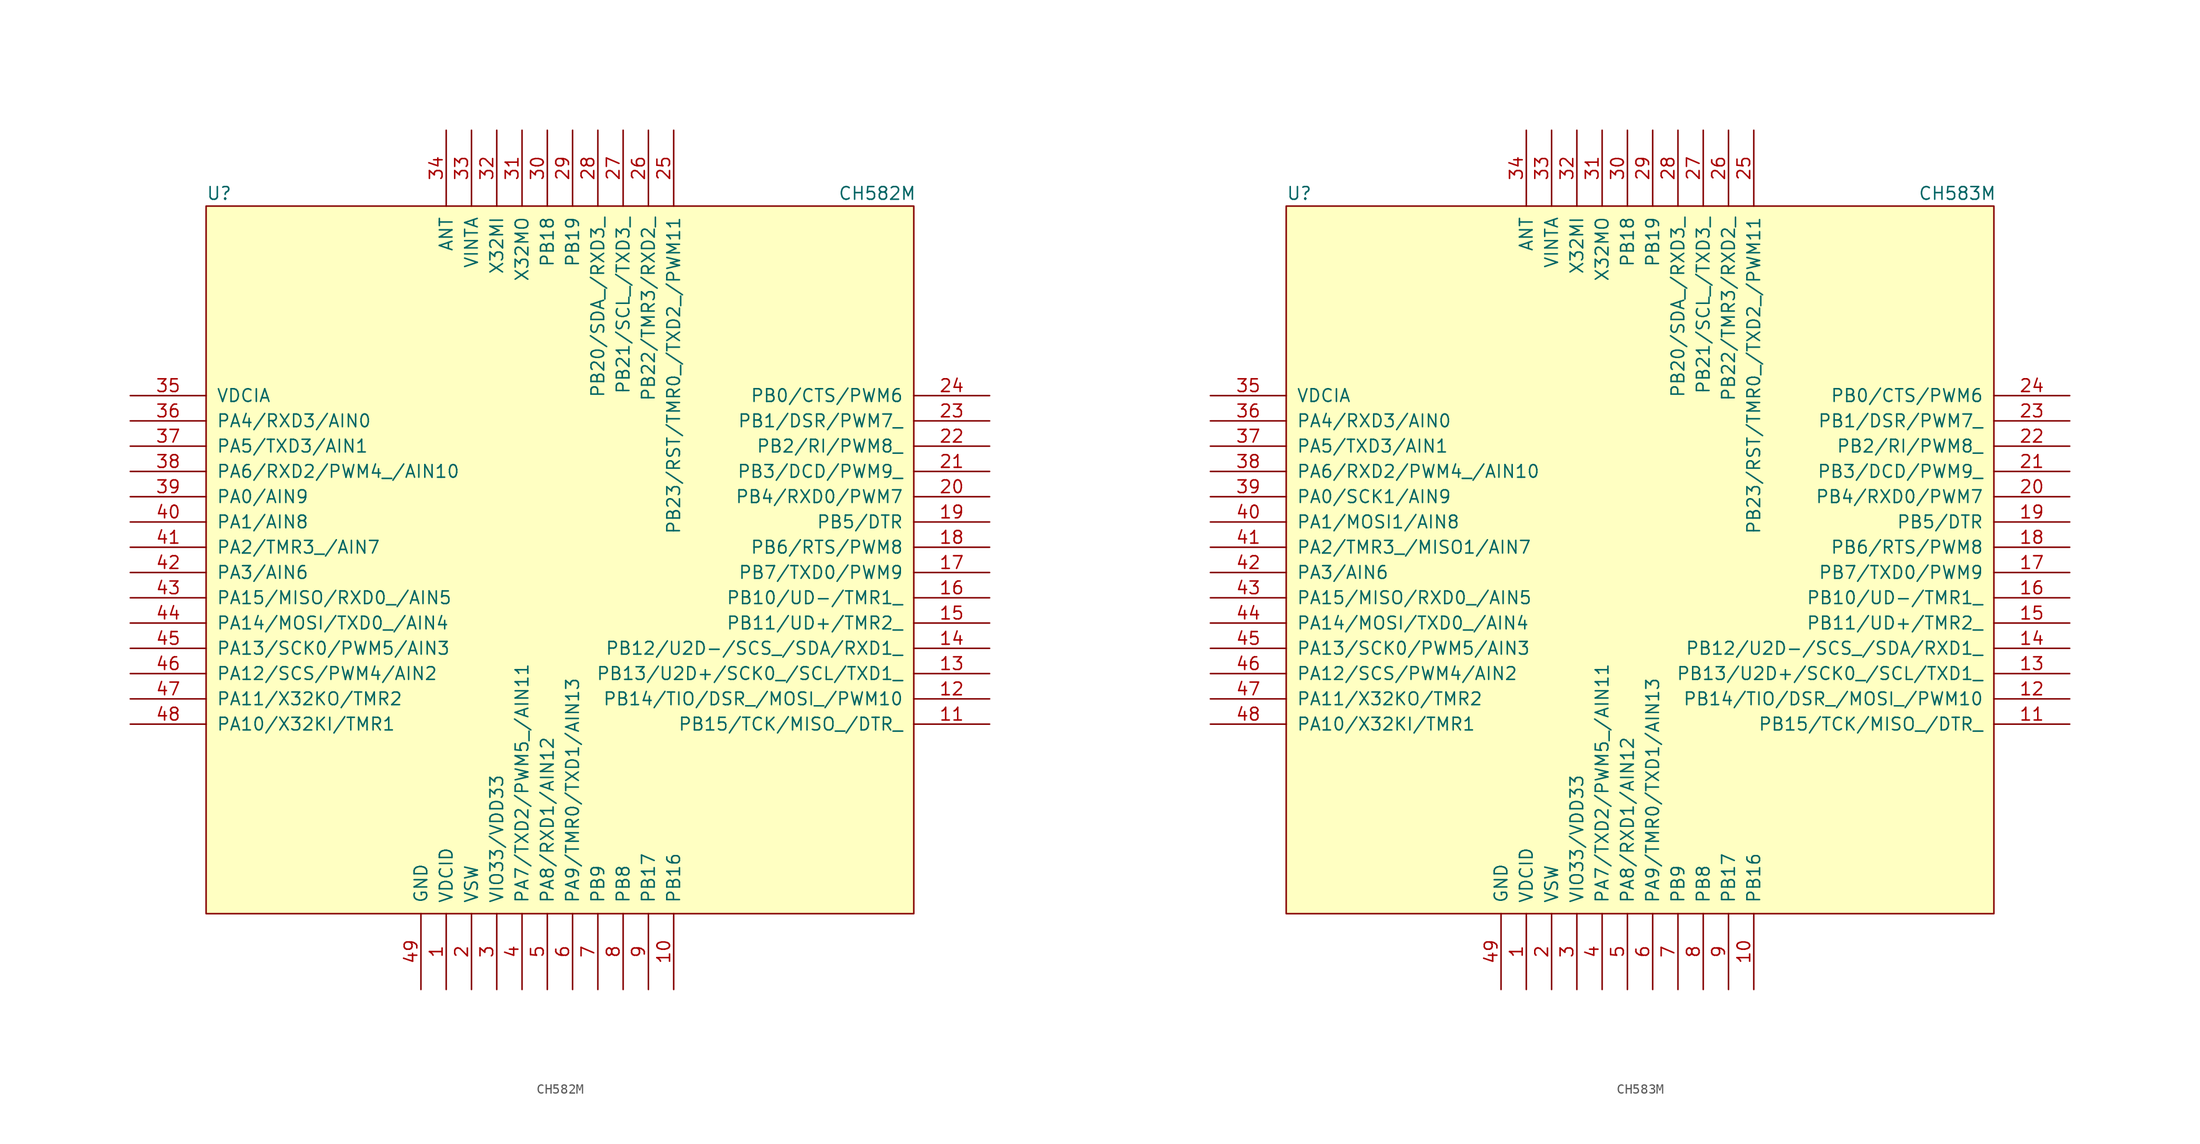
<source format=kicad_sym>
(kicad_symbol_lib
  (version 20241209)
  (generator "kicad_symbol_editor")
  (generator_version "9.0")
  (symbol "CH582M"
    (pin_names
      (offset 1.016))
    (property "Reference" "U"
      (at -35.56 36.83 0)
      (effects (font (size 1.27 1.27)) (justify left)))
    (property "Value" "CH582M"
      (at 27.94 36.83 0)
      (effects (font (size 1.27 1.27)) (justify left)))
    (symbol "CH582M_0_1"
      (rectangle (start -35.56 35.56) (end 35.56 -35.56) (stroke (width 0) (type default)) (fill (type background))))
    (symbol "CH582M_1_1"
      (pin power_in line (at -43.18 16.51 0) (length 7.62) (name "VDCIA" (effects (font (size 1.27 1.27)))) (number "35" (effects (font (size 1.27 1.27)))))
      (pin bidirectional line (at -43.18 13.97 0) (length 7.62) (name "PA4/RXD3/AIN0" (effects (font (size 1.27 1.27)))) (number "36" (effects (font (size 1.27 1.27)))))
      (pin bidirectional line (at -43.18 11.43 0) (length 7.62) (name "PA5/TXD3/AIN1" (effects (font (size 1.27 1.27)))) (number "37" (effects (font (size 1.27 1.27)))))
      (pin bidirectional line (at -43.18 8.89 0) (length 7.62) (name "PA6/RXD2/PWM4_/AIN10" (effects (font (size 1.27 1.27)))) (number "38" (effects (font (size 1.27 1.27)))))
      (pin bidirectional line (at -43.18 6.35 0) (length 7.62) (name "PA0/AIN9" (effects (font (size 1.27 1.27)))) (number "39" (effects (font (size 1.27 1.27)))))
      (pin bidirectional line (at -43.18 3.81 0) (length 7.62) (name "PA1/AIN8" (effects (font (size 1.27 1.27)))) (number "40" (effects (font (size 1.27 1.27)))))
      (pin bidirectional line (at -43.18 1.27 0) (length 7.62) (name "PA2/TMR3_/AIN7" (effects (font (size 1.27 1.27)))) (number "41" (effects (font (size 1.27 1.27)))))
      (pin bidirectional line (at -43.18 -1.27 0) (length 7.62) (name "PA3/AIN6" (effects (font (size 1.27 1.27)))) (number "42" (effects (font (size 1.27 1.27)))))
      (pin bidirectional line (at -43.18 -3.81 0) (length 7.62) (name "PA15/MISO/RXD0_/AIN5" (effects (font (size 1.27 1.27)))) (number "43" (effects (font (size 1.27 1.27)))))
      (pin bidirectional line (at -43.18 -6.35 0) (length 7.62) (name "PA14/MOSI/TXD0_/AIN4" (effects (font (size 1.27 1.27)))) (number "44" (effects (font (size 1.27 1.27)))))
      (pin bidirectional line (at -43.18 -8.89 0) (length 7.62) (name "PA13/SCK0/PWM5/AIN3" (effects (font (size 1.27 1.27)))) (number "45" (effects (font (size 1.27 1.27)))))
      (pin bidirectional line (at -43.18 -11.43 0) (length 7.62) (name "PA12/SCS/PWM4/AIN2" (effects (font (size 1.27 1.27)))) (number "46" (effects (font (size 1.27 1.27)))))
      (pin bidirectional line (at -43.18 -13.97 0) (length 7.62) (name "PA11/X32KO/TMR2" (effects (font (size 1.27 1.27)))) (number "47" (effects (font (size 1.27 1.27)))))
      (pin bidirectional line (at -43.18 -16.51 0) (length 7.62) (name "PA10/X32KI/TMR1" (effects (font (size 1.27 1.27)))) (number "48" (effects (font (size 1.27 1.27)))))
      (pin power_in line (at -13.97 -43.18 90) (length 7.62) (name "GND" (effects (font (size 1.27 1.27)))) (number "49" (effects (font (size 1.27 1.27)))))
      (pin bidirectional line (at -11.43 43.18 270) (length 7.62) (name "ANT" (effects (font (size 1.27 1.27)))) (number "34" (effects (font (size 1.27 1.27)))))
      (pin power_in line (at -11.43 -43.18 90) (length 7.62) (name "VDCID" (effects (font (size 1.27 1.27)))) (number "1" (effects (font (size 1.27 1.27)))))
      (pin power_in line (at -8.89 43.18 270) (length 7.62) (name "VINTA" (effects (font (size 1.27 1.27)))) (number "33" (effects (font (size 1.27 1.27)))))
      (pin power_in line (at -8.89 -43.18 90) (length 7.62) (name "VSW" (effects (font (size 1.27 1.27)))) (number "2" (effects (font (size 1.27 1.27)))))
      (pin input line (at -6.35 43.18 270) (length 7.62) (name "X32MI" (effects (font (size 1.27 1.27)))) (number "32" (effects (font (size 1.27 1.27)))))
      (pin power_in line (at -6.35 -43.18 90) (length 7.62) (name "VIO33/VDD33" (effects (font (size 1.27 1.27)))) (number "3" (effects (font (size 1.27 1.27)))))
      (pin output line (at -3.81 43.18 270) (length 7.62) (name "X32MO" (effects (font (size 1.27 1.27)))) (number "31" (effects (font (size 1.27 1.27)))))
      (pin bidirectional line (at -3.81 -43.18 90) (length 7.62) (name "PA7/TXD2/PWM5_/AIN11" (effects (font (size 1.27 1.27)))) (number "4" (effects (font (size 1.27 1.27)))))
      (pin bidirectional line (at -1.27 43.18 270) (length 7.62) (name "PB18" (effects (font (size 1.27 1.27)))) (number "30" (effects (font (size 1.27 1.27)))))
      (pin bidirectional line (at -1.27 -43.18 90) (length 7.62) (name "PA8/RXD1/AIN12" (effects (font (size 1.27 1.27)))) (number "5" (effects (font (size 1.27 1.27)))))
      (pin bidirectional line (at 1.27 43.18 270) (length 7.62) (name "PB19" (effects (font (size 1.27 1.27)))) (number "29" (effects (font (size 1.27 1.27)))))
      (pin bidirectional line (at 1.27 -43.18 90) (length 7.62) (name "PA9/TMR0/TXD1/AIN13" (effects (font (size 1.27 1.27)))) (number "6" (effects (font (size 1.27 1.27)))))
      (pin bidirectional line (at 3.81 43.18 270) (length 7.62) (name "PB20/SDA_/RXD3_" (effects (font (size 1.27 1.27)))) (number "28" (effects (font (size 1.27 1.27)))))
      (pin bidirectional line (at 3.81 -43.18 90) (length 7.62) (name "PB9" (effects (font (size 1.27 1.27)))) (number "7" (effects (font (size 1.27 1.27)))))
      (pin bidirectional line (at 6.35 43.18 270) (length 7.62) (name "PB21/SCL_/TXD3_" (effects (font (size 1.27 1.27)))) (number "27" (effects (font (size 1.27 1.27)))))
      (pin bidirectional line (at 6.35 -43.18 90) (length 7.62) (name "PB8" (effects (font (size 1.27 1.27)))) (number "8" (effects (font (size 1.27 1.27)))))
      (pin bidirectional line (at 8.89 43.18 270) (length 7.62) (name "PB22/TMR3/RXD2_" (effects (font (size 1.27 1.27)))) (number "26" (effects (font (size 1.27 1.27)))))
      (pin bidirectional line (at 8.89 -43.18 90) (length 7.62) (name "PB17" (effects (font (size 1.27 1.27)))) (number "9" (effects (font (size 1.27 1.27)))))
      (pin bidirectional line (at 11.43 43.18 270) (length 7.62) (name "PB23/RST/TMR0_/TXD2_/PWM11" (effects (font (size 1.27 1.27)))) (number "25" (effects (font (size 1.27 1.27)))))
      (pin bidirectional line (at 11.43 -43.18 90) (length 7.62) (name "PB16" (effects (font (size 1.27 1.27)))) (number "10" (effects (font (size 1.27 1.27)))))
      (pin bidirectional line (at 43.18 16.51 180) (length 7.62) (name "PB0/CTS/PWM6" (effects (font (size 1.27 1.27)))) (number "24" (effects (font (size 1.27 1.27)))))
      (pin bidirectional line (at 43.18 13.97 180) (length 7.62) (name "PB1/DSR/PWM7_" (effects (font (size 1.27 1.27)))) (number "23" (effects (font (size 1.27 1.27)))))
      (pin bidirectional line (at 43.18 11.43 180) (length 7.62) (name "PB2/RI/PWM8_" (effects (font (size 1.27 1.27)))) (number "22" (effects (font (size 1.27 1.27)))))
      (pin bidirectional line (at 43.18 8.89 180) (length 7.62) (name "PB3/DCD/PWM9_" (effects (font (size 1.27 1.27)))) (number "21" (effects (font (size 1.27 1.27)))))
      (pin bidirectional line (at 43.18 6.35 180) (length 7.62) (name "PB4/RXD0/PWM7" (effects (font (size 1.27 1.27)))) (number "20" (effects (font (size 1.27 1.27)))))
      (pin bidirectional line (at 43.18 3.81 180) (length 7.62) (name "PB5/DTR" (effects (font (size 1.27 1.27)))) (number "19" (effects (font (size 1.27 1.27)))))
      (pin bidirectional line (at 43.18 1.27 180) (length 7.62) (name "PB6/RTS/PWM8" (effects (font (size 1.27 1.27)))) (number "18" (effects (font (size 1.27 1.27)))))
      (pin bidirectional line (at 43.18 -1.27 180) (length 7.62) (name "PB7/TXD0/PWM9" (effects (font (size 1.27 1.27)))) (number "17" (effects (font (size 1.27 1.27)))))
      (pin bidirectional line (at 43.18 -3.81 180) (length 7.62) (name "PB10/UD-/TMR1_" (effects (font (size 1.27 1.27)))) (number "16" (effects (font (size 1.27 1.27)))))
      (pin bidirectional line (at 43.18 -6.35 180) (length 7.62) (name "PB11/UD+/TMR2_" (effects (font (size 1.27 1.27)))) (number "15" (effects (font (size 1.27 1.27)))))
      (pin bidirectional line (at 43.18 -8.89 180) (length 7.62) (name "PB12/U2D-/SCS_/SDA/RXD1_" (effects (font (size 1.27 1.27)))) (number "14" (effects (font (size 1.27 1.27)))))
      (pin bidirectional line (at 43.18 -11.43 180) (length 7.62) (name "PB13/U2D+/SCK0_/SCL/TXD1_" (effects (font (size 1.27 1.27)))) (number "13" (effects (font (size 1.27 1.27)))))
      (pin bidirectional line (at 43.18 -13.97 180) (length 7.62) (name "PB14/TIO/DSR_/MOSI_/PWM10" (effects (font (size 1.27 1.27)))) (number "12" (effects (font (size 1.27 1.27)))))
      (pin bidirectional line (at 43.18 -16.51 180) (length 7.62) (name "PB15/TCK/MISO_/DTR_" (effects (font (size 1.27 1.27)))) (number "11" (effects (font (size 1.27 1.27)))))))
  (symbol "CH583M"
    (pin_names
      (offset 1.016))
    (property "Reference" "U"
      (at -35.56 36.83 0)
      (effects (font (size 1.27 1.27)) (justify left)))
    (property "Value" "CH583M"
      (at 27.94 36.83 0)
      (effects (font (size 1.27 1.27)) (justify left)))
    (symbol "CH583M_0_1"
      (rectangle (start -35.56 35.56) (end 35.56 -35.56) (stroke (width 0) (type default)) (fill (type background))))
    (symbol "CH583M_1_1"
      (pin power_in line (at -43.18 16.51 0) (length 7.62) (name "VDCIA" (effects (font (size 1.27 1.27)))) (number "35" (effects (font (size 1.27 1.27)))))
      (pin bidirectional line (at -43.18 13.97 0) (length 7.62) (name "PA4/RXD3/AIN0" (effects (font (size 1.27 1.27)))) (number "36" (effects (font (size 1.27 1.27)))))
      (pin bidirectional line (at -43.18 11.43 0) (length 7.62) (name "PA5/TXD3/AIN1" (effects (font (size 1.27 1.27)))) (number "37" (effects (font (size 1.27 1.27)))))
      (pin bidirectional line (at -43.18 8.89 0) (length 7.62) (name "PA6/RXD2/PWM4_/AIN10" (effects (font (size 1.27 1.27)))) (number "38" (effects (font (size 1.27 1.27)))))
      (pin bidirectional line (at -43.18 6.35 0) (length 7.62) (name "PA0/SCK1/AIN9" (effects (font (size 1.27 1.27)))) (number "39" (effects (font (size 1.27 1.27)))))
      (pin bidirectional line (at -43.18 3.81 0) (length 7.62) (name "PA1/MOSI1/AIN8" (effects (font (size 1.27 1.27)))) (number "40" (effects (font (size 1.27 1.27)))))
      (pin bidirectional line (at -43.18 1.27 0) (length 7.62) (name "PA2/TMR3_/MISO1/AIN7" (effects (font (size 1.27 1.27)))) (number "41" (effects (font (size 1.27 1.27)))))
      (pin bidirectional line (at -43.18 -1.27 0) (length 7.62) (name "PA3/AIN6" (effects (font (size 1.27 1.27)))) (number "42" (effects (font (size 1.27 1.27)))))
      (pin bidirectional line (at -43.18 -3.81 0) (length 7.62) (name "PA15/MISO/RXD0_/AIN5" (effects (font (size 1.27 1.27)))) (number "43" (effects (font (size 1.27 1.27)))))
      (pin bidirectional line (at -43.18 -6.35 0) (length 7.62) (name "PA14/MOSI/TXD0_/AIN4" (effects (font (size 1.27 1.27)))) (number "44" (effects (font (size 1.27 1.27)))))
      (pin bidirectional line (at -43.18 -8.89 0) (length 7.62) (name "PA13/SCK0/PWM5/AIN3" (effects (font (size 1.27 1.27)))) (number "45" (effects (font (size 1.27 1.27)))))
      (pin bidirectional line (at -43.18 -11.43 0) (length 7.62) (name "PA12/SCS/PWM4/AIN2" (effects (font (size 1.27 1.27)))) (number "46" (effects (font (size 1.27 1.27)))))
      (pin bidirectional line (at -43.18 -13.97 0) (length 7.62) (name "PA11/X32KO/TMR2" (effects (font (size 1.27 1.27)))) (number "47" (effects (font (size 1.27 1.27)))))
      (pin bidirectional line (at -43.18 -16.51 0) (length 7.62) (name "PA10/X32KI/TMR1" (effects (font (size 1.27 1.27)))) (number "48" (effects (font (size 1.27 1.27)))))
      (pin power_in line (at -13.97 -43.18 90) (length 7.62) (name "GND" (effects (font (size 1.27 1.27)))) (number "49" (effects (font (size 1.27 1.27)))))
      (pin bidirectional line (at -11.43 43.18 270) (length 7.62) (name "ANT" (effects (font (size 1.27 1.27)))) (number "34" (effects (font (size 1.27 1.27)))))
      (pin power_in line (at -11.43 -43.18 90) (length 7.62) (name "VDCID" (effects (font (size 1.27 1.27)))) (number "1" (effects (font (size 1.27 1.27)))))
      (pin power_in line (at -8.89 43.18 270) (length 7.62) (name "VINTA" (effects (font (size 1.27 1.27)))) (number "33" (effects (font (size 1.27 1.27)))))
      (pin power_in line (at -8.89 -43.18 90) (length 7.62) (name "VSW" (effects (font (size 1.27 1.27)))) (number "2" (effects (font (size 1.27 1.27)))))
      (pin input line (at -6.35 43.18 270) (length 7.62) (name "X32MI" (effects (font (size 1.27 1.27)))) (number "32" (effects (font (size 1.27 1.27)))))
      (pin power_in line (at -6.35 -43.18 90) (length 7.62) (name "VIO33/VDD33" (effects (font (size 1.27 1.27)))) (number "3" (effects (font (size 1.27 1.27)))))
      (pin output line (at -3.81 43.18 270) (length 7.62) (name "X32MO" (effects (font (size 1.27 1.27)))) (number "31" (effects (font (size 1.27 1.27)))))
      (pin bidirectional line (at -3.81 -43.18 90) (length 7.62) (name "PA7/TXD2/PWM5_/AIN11" (effects (font (size 1.27 1.27)))) (number "4" (effects (font (size 1.27 1.27)))))
      (pin bidirectional line (at -1.27 43.18 270) (length 7.62) (name "PB18" (effects (font (size 1.27 1.27)))) (number "30" (effects (font (size 1.27 1.27)))))
      (pin bidirectional line (at -1.27 -43.18 90) (length 7.62) (name "PA8/RXD1/AIN12" (effects (font (size 1.27 1.27)))) (number "5" (effects (font (size 1.27 1.27)))))
      (pin bidirectional line (at 1.27 43.18 270) (length 7.62) (name "PB19" (effects (font (size 1.27 1.27)))) (number "29" (effects (font (size 1.27 1.27)))))
      (pin bidirectional line (at 1.27 -43.18 90) (length 7.62) (name "PA9/TMR0/TXD1/AIN13" (effects (font (size 1.27 1.27)))) (number "6" (effects (font (size 1.27 1.27)))))
      (pin bidirectional line (at 3.81 43.18 270) (length 7.62) (name "PB20/SDA_/RXD3_" (effects (font (size 1.27 1.27)))) (number "28" (effects (font (size 1.27 1.27)))))
      (pin bidirectional line (at 3.81 -43.18 90) (length 7.62) (name "PB9" (effects (font (size 1.27 1.27)))) (number "7" (effects (font (size 1.27 1.27)))))
      (pin bidirectional line (at 6.35 43.18 270) (length 7.62) (name "PB21/SCL_/TXD3_" (effects (font (size 1.27 1.27)))) (number "27" (effects (font (size 1.27 1.27)))))
      (pin bidirectional line (at 6.35 -43.18 90) (length 7.62) (name "PB8" (effects (font (size 1.27 1.27)))) (number "8" (effects (font (size 1.27 1.27)))))
      (pin bidirectional line (at 8.89 43.18 270) (length 7.62) (name "PB22/TMR3/RXD2_" (effects (font (size 1.27 1.27)))) (number "26" (effects (font (size 1.27 1.27)))))
      (pin bidirectional line (at 8.89 -43.18 90) (length 7.62) (name "PB17" (effects (font (size 1.27 1.27)))) (number "9" (effects (font (size 1.27 1.27)))))
      (pin bidirectional line (at 11.43 43.18 270) (length 7.62) (name "PB23/RST/TMR0_/TXD2_/PWM11" (effects (font (size 1.27 1.27)))) (number "25" (effects (font (size 1.27 1.27)))))
      (pin bidirectional line (at 11.43 -43.18 90) (length 7.62) (name "PB16" (effects (font (size 1.27 1.27)))) (number "10" (effects (font (size 1.27 1.27)))))
      (pin bidirectional line (at 43.18 16.51 180) (length 7.62) (name "PB0/CTS/PWM6" (effects (font (size 1.27 1.27)))) (number "24" (effects (font (size 1.27 1.27)))))
      (pin bidirectional line (at 43.18 13.97 180) (length 7.62) (name "PB1/DSR/PWM7_" (effects (font (size 1.27 1.27)))) (number "23" (effects (font (size 1.27 1.27)))))
      (pin bidirectional line (at 43.18 11.43 180) (length 7.62) (name "PB2/RI/PWM8_" (effects (font (size 1.27 1.27)))) (number "22" (effects (font (size 1.27 1.27)))))
      (pin bidirectional line (at 43.18 8.89 180) (length 7.62) (name "PB3/DCD/PWM9_" (effects (font (size 1.27 1.27)))) (number "21" (effects (font (size 1.27 1.27)))))
      (pin bidirectional line (at 43.18 6.35 180) (length 7.62) (name "PB4/RXD0/PWM7" (effects (font (size 1.27 1.27)))) (number "20" (effects (font (size 1.27 1.27)))))
      (pin bidirectional line (at 43.18 3.81 180) (length 7.62) (name "PB5/DTR" (effects (font (size 1.27 1.27)))) (number "19" (effects (font (size 1.27 1.27)))))
      (pin bidirectional line (at 43.18 1.27 180) (length 7.62) (name "PB6/RTS/PWM8" (effects (font (size 1.27 1.27)))) (number "18" (effects (font (size 1.27 1.27)))))
      (pin bidirectional line (at 43.18 -1.27 180) (length 7.62) (name "PB7/TXD0/PWM9" (effects (font (size 1.27 1.27)))) (number "17" (effects (font (size 1.27 1.27)))))
      (pin bidirectional line (at 43.18 -3.81 180) (length 7.62) (name "PB10/UD-/TMR1_" (effects (font (size 1.27 1.27)))) (number "16" (effects (font (size 1.27 1.27)))))
      (pin bidirectional line (at 43.18 -6.35 180) (length 7.62) (name "PB11/UD+/TMR2_" (effects (font (size 1.27 1.27)))) (number "15" (effects (font (size 1.27 1.27)))))
      (pin bidirectional line (at 43.18 -8.89 180) (length 7.62) (name "PB12/U2D-/SCS_/SDA/RXD1_" (effects (font (size 1.27 1.27)))) (number "14" (effects (font (size 1.27 1.27)))))
      (pin bidirectional line (at 43.18 -11.43 180) (length 7.62) (name "PB13/U2D+/SCK0_/SCL/TXD1_" (effects (font (size 1.27 1.27)))) (number "13" (effects (font (size 1.27 1.27)))))
      (pin bidirectional line (at 43.18 -13.97 180) (length 7.62) (name "PB14/TIO/DSR_/MOSI_/PWM10" (effects (font (size 1.27 1.27)))) (number "12" (effects (font (size 1.27 1.27)))))
      (pin bidirectional line (at 43.18 -16.51 180) (length 7.62) (name "PB15/TCK/MISO_/DTR_" (effects (font (size 1.27 1.27)))) (number "11" (effects (font (size 1.27 1.27))))))))
</source>
